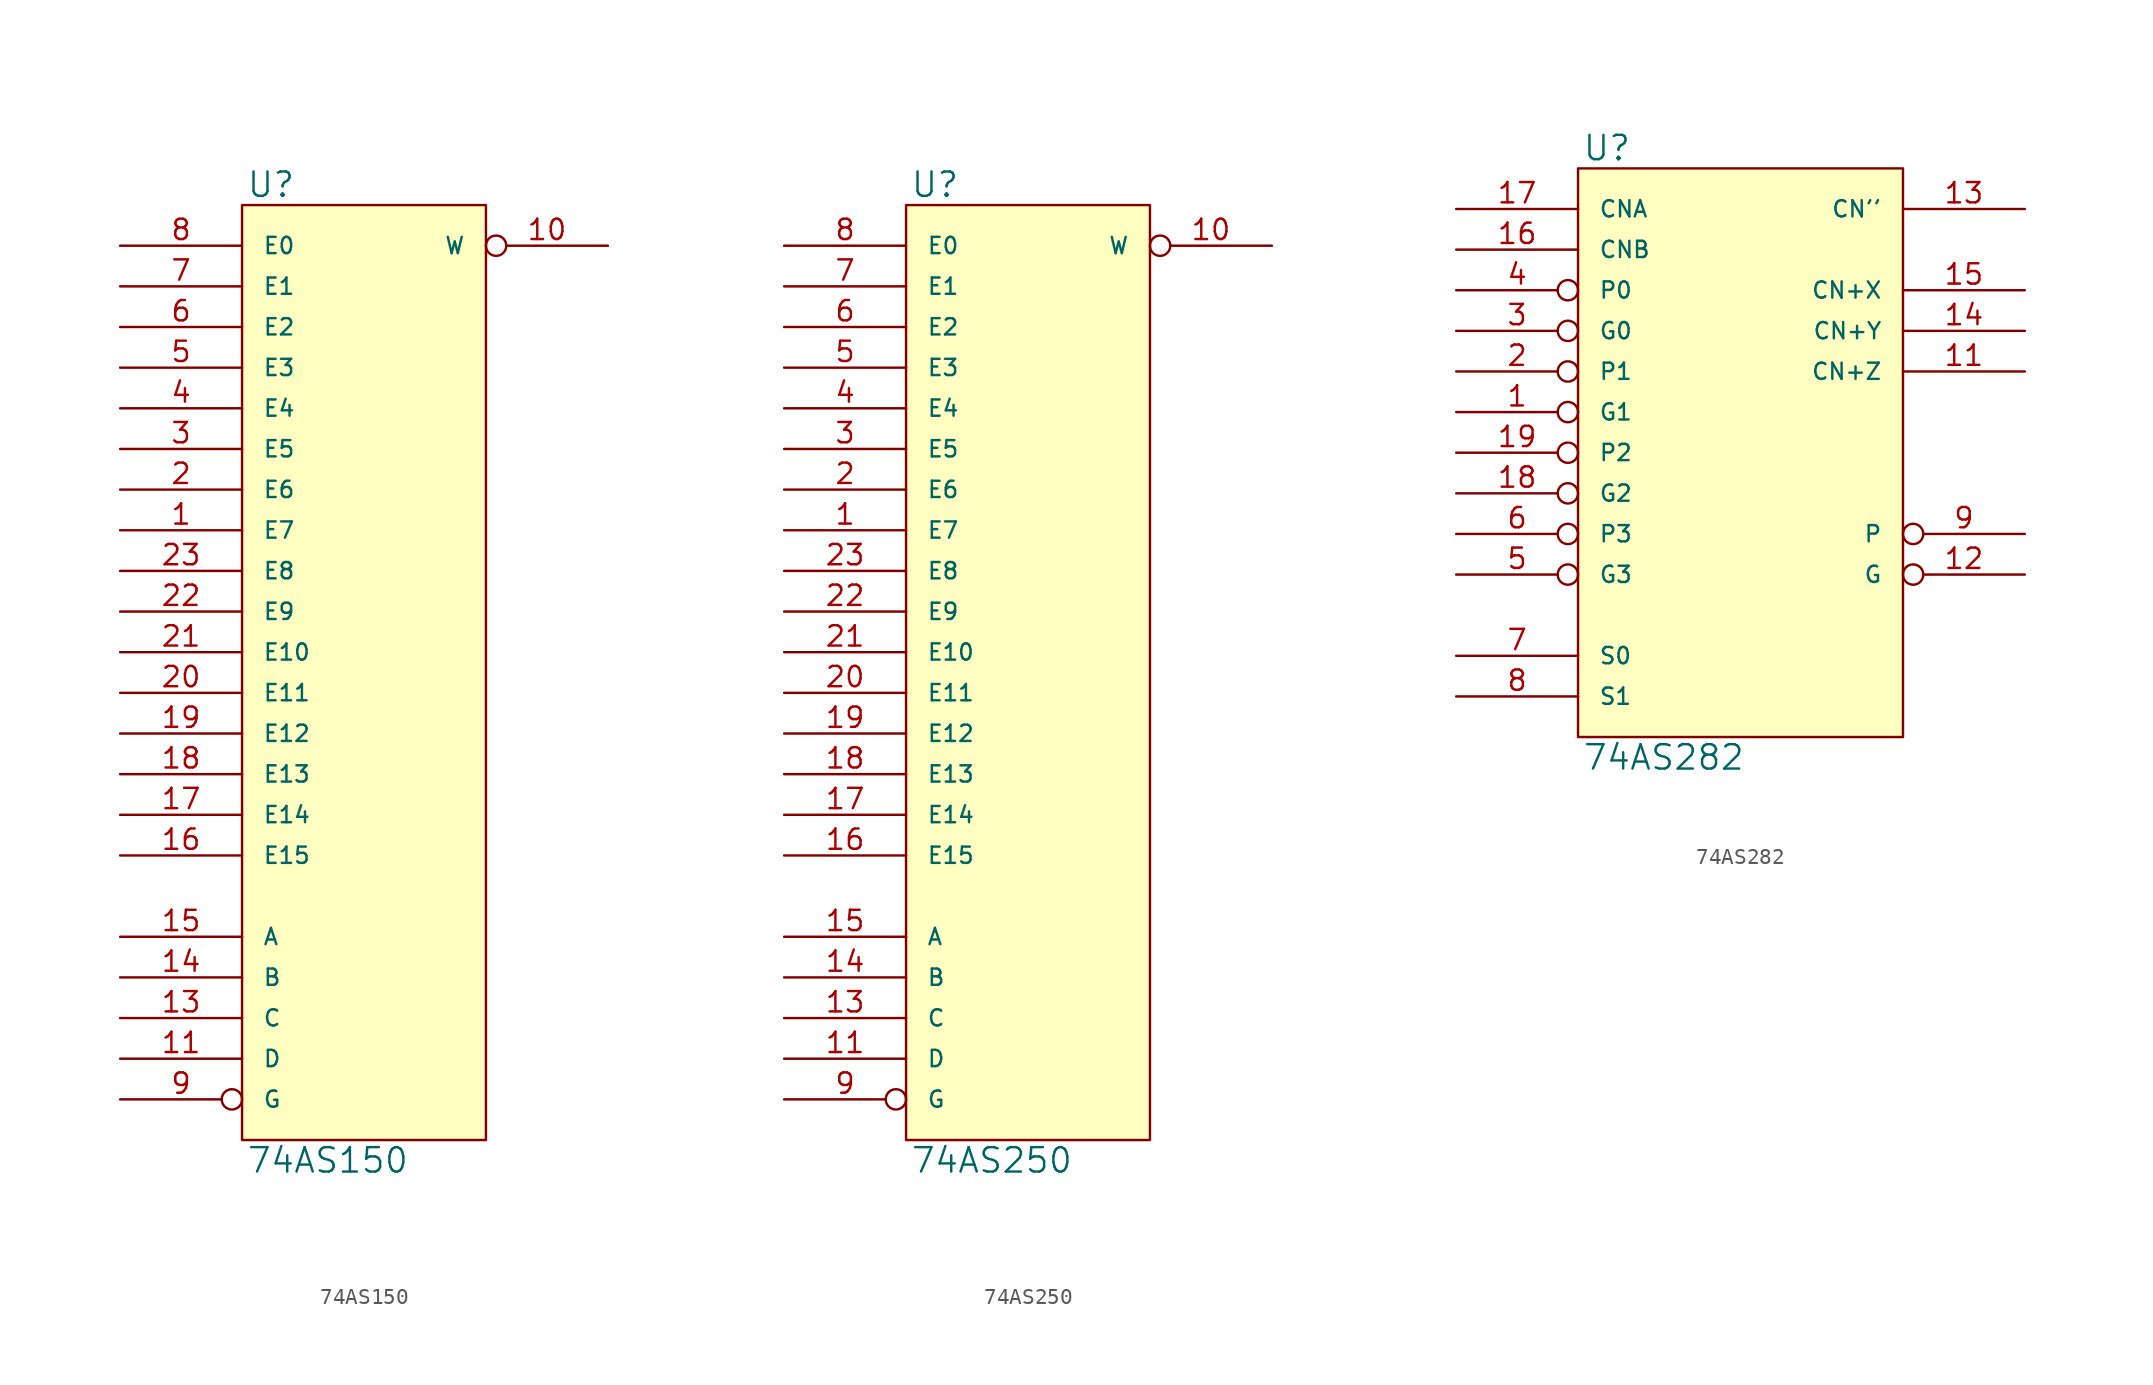
<source format=kicad_sym>
(kicad_symbol_lib
  (version 20231120)
  (generator "kicad_symbol_editor")
  (generator_version "8.0")
  (symbol "74AS150"
    (pin_names
      (offset 1.27))
    (property "Reference" "U"
      (at 0.254 0.381 0)
      (effects (font (size 1.524 1.524)) (justify left bottom)))
    (property "Value" "74AS150"
      (at 0.254 -58.801 0)
      (effects (font (size 1.524 1.524)) (justify left top)))
    (symbol "74AS150_0_1"
      (rectangle (start 0 0) (end 15.24 -58.42) (stroke (width 0) (type solid)) (fill (type background))))
    (symbol "74AS150_1_1"
      (pin input line (at -7.62 -20.32 0) (length 7.62) (name "E7" (effects (font (size 1.016 1.016)))) (number "1" (effects (font (size 1.27 1.27)))))
      (pin output inverted (at 22.86 -2.54 180) (length 7.62) (name "W" (effects (font (size 1.016 1.016)))) (number "10" (effects (font (size 1.27 1.27)))))
      (pin input line (at -7.62 -53.34 0) (length 7.62) (name "D" (effects (font (size 1.016 1.016)))) (number "11" (effects (font (size 1.27 1.27)))))
      (pin power_in line (at 0 -58.42 90) (length 0) hide (name "GND" (effects (font (size 1.016 1.016)))) (number "12" (effects (font (size 1.27 1.27)))))
      (pin input line (at -7.62 -50.8 0) (length 7.62) (name "C" (effects (font (size 1.016 1.016)))) (number "13" (effects (font (size 1.27 1.27)))))
      (pin input line (at -7.62 -48.26 0) (length 7.62) (name "B" (effects (font (size 1.016 1.016)))) (number "14" (effects (font (size 1.27 1.27)))))
      (pin input line (at -7.62 -45.72 0) (length 7.62) (name "A" (effects (font (size 1.016 1.016)))) (number "15" (effects (font (size 1.27 1.27)))))
      (pin input line (at -7.62 -40.64 0) (length 7.62) (name "E15" (effects (font (size 1.016 1.016)))) (number "16" (effects (font (size 1.27 1.27)))))
      (pin input line (at -7.62 -38.1 0) (length 7.62) (name "E14" (effects (font (size 1.016 1.016)))) (number "17" (effects (font (size 1.27 1.27)))))
      (pin input line (at -7.62 -35.56 0) (length 7.62) (name "E13" (effects (font (size 1.016 1.016)))) (number "18" (effects (font (size 1.27 1.27)))))
      (pin input line (at -7.62 -33.02 0) (length 7.62) (name "E12" (effects (font (size 1.016 1.016)))) (number "19" (effects (font (size 1.27 1.27)))))
      (pin input line (at -7.62 -17.78 0) (length 7.62) (name "E6" (effects (font (size 1.016 1.016)))) (number "2" (effects (font (size 1.27 1.27)))))
      (pin input line (at -7.62 -30.48 0) (length 7.62) (name "E11" (effects (font (size 1.016 1.016)))) (number "20" (effects (font (size 1.27 1.27)))))
      (pin input line (at -7.62 -27.94 0) (length 7.62) (name "E10" (effects (font (size 1.016 1.016)))) (number "21" (effects (font (size 1.27 1.27)))))
      (pin input line (at -7.62 -25.4 0) (length 7.62) (name "E9" (effects (font (size 1.016 1.016)))) (number "22" (effects (font (size 1.27 1.27)))))
      (pin input line (at -7.62 -22.86 0) (length 7.62) (name "E8" (effects (font (size 1.016 1.016)))) (number "23" (effects (font (size 1.27 1.27)))))
      (pin power_in line (at 0 0 270) (length 0) hide (name "VCC" (effects (font (size 1.016 1.016)))) (number "24" (effects (font (size 1.27 1.27)))))
      (pin input line (at -7.62 -15.24 0) (length 7.62) (name "E5" (effects (font (size 1.016 1.016)))) (number "3" (effects (font (size 1.27 1.27)))))
      (pin input line (at -7.62 -12.7 0) (length 7.62) (name "E4" (effects (font (size 1.016 1.016)))) (number "4" (effects (font (size 1.27 1.27)))))
      (pin input line (at -7.62 -10.16 0) (length 7.62) (name "E3" (effects (font (size 1.016 1.016)))) (number "5" (effects (font (size 1.27 1.27)))))
      (pin input line (at -7.62 -7.62 0) (length 7.62) (name "E2" (effects (font (size 1.016 1.016)))) (number "6" (effects (font (size 1.27 1.27)))))
      (pin input line (at -7.62 -5.08 0) (length 7.62) (name "E1" (effects (font (size 1.016 1.016)))) (number "7" (effects (font (size 1.27 1.27)))))
      (pin input line (at -7.62 -2.54 0) (length 7.62) (name "E0" (effects (font (size 1.016 1.016)))) (number "8" (effects (font (size 1.27 1.27)))))
      (pin input inverted (at -7.62 -55.88 0) (length 7.62) (name "G" (effects (font (size 1.016 1.016)))) (number "9" (effects (font (size 1.27 1.27)))))))
  (symbol "74AS250"
    (pin_names
      (offset 1.27))
    (property "Reference" "U"
      (at 0.254 0.381 0)
      (effects (font (size 1.524 1.524)) (justify left bottom)))
    (property "Value" "74AS250"
      (at 0.254 -58.801 0)
      (effects (font (size 1.524 1.524)) (justify left top)))
    (symbol "74AS250_0_1"
      (rectangle (start 0 0) (end 15.24 -58.42) (stroke (width 0) (type solid)) (fill (type background))))
    (symbol "74AS250_1_1"
      (pin input line (at -7.62 -20.32 0) (length 7.62) (name "E7" (effects (font (size 1.016 1.016)))) (number "1" (effects (font (size 1.27 1.27)))))
      (pin tri_state inverted (at 22.86 -2.54 180) (length 7.62) (name "W" (effects (font (size 1.016 1.016)))) (number "10" (effects (font (size 1.27 1.27)))))
      (pin input line (at -7.62 -53.34 0) (length 7.62) (name "D" (effects (font (size 1.016 1.016)))) (number "11" (effects (font (size 1.27 1.27)))))
      (pin power_in line (at 0 -58.42 90) (length 0) hide (name "GND" (effects (font (size 1.016 1.016)))) (number "12" (effects (font (size 1.27 1.27)))))
      (pin input line (at -7.62 -50.8 0) (length 7.62) (name "C" (effects (font (size 1.016 1.016)))) (number "13" (effects (font (size 1.27 1.27)))))
      (pin input line (at -7.62 -48.26 0) (length 7.62) (name "B" (effects (font (size 1.016 1.016)))) (number "14" (effects (font (size 1.27 1.27)))))
      (pin input line (at -7.62 -45.72 0) (length 7.62) (name "A" (effects (font (size 1.016 1.016)))) (number "15" (effects (font (size 1.27 1.27)))))
      (pin input line (at -7.62 -40.64 0) (length 7.62) (name "E15" (effects (font (size 1.016 1.016)))) (number "16" (effects (font (size 1.27 1.27)))))
      (pin input line (at -7.62 -38.1 0) (length 7.62) (name "E14" (effects (font (size 1.016 1.016)))) (number "17" (effects (font (size 1.27 1.27)))))
      (pin input line (at -7.62 -35.56 0) (length 7.62) (name "E13" (effects (font (size 1.016 1.016)))) (number "18" (effects (font (size 1.27 1.27)))))
      (pin input line (at -7.62 -33.02 0) (length 7.62) (name "E12" (effects (font (size 1.016 1.016)))) (number "19" (effects (font (size 1.27 1.27)))))
      (pin input line (at -7.62 -17.78 0) (length 7.62) (name "E6" (effects (font (size 1.016 1.016)))) (number "2" (effects (font (size 1.27 1.27)))))
      (pin input line (at -7.62 -30.48 0) (length 7.62) (name "E11" (effects (font (size 1.016 1.016)))) (number "20" (effects (font (size 1.27 1.27)))))
      (pin input line (at -7.62 -27.94 0) (length 7.62) (name "E10" (effects (font (size 1.016 1.016)))) (number "21" (effects (font (size 1.27 1.27)))))
      (pin input line (at -7.62 -25.4 0) (length 7.62) (name "E9" (effects (font (size 1.016 1.016)))) (number "22" (effects (font (size 1.27 1.27)))))
      (pin input line (at -7.62 -22.86 0) (length 7.62) (name "E8" (effects (font (size 1.016 1.016)))) (number "23" (effects (font (size 1.27 1.27)))))
      (pin power_in line (at 0 0 270) (length 0) hide (name "VCC" (effects (font (size 1.016 1.016)))) (number "24" (effects (font (size 1.27 1.27)))))
      (pin input line (at -7.62 -15.24 0) (length 7.62) (name "E5" (effects (font (size 1.016 1.016)))) (number "3" (effects (font (size 1.27 1.27)))))
      (pin input line (at -7.62 -12.7 0) (length 7.62) (name "E4" (effects (font (size 1.016 1.016)))) (number "4" (effects (font (size 1.27 1.27)))))
      (pin input line (at -7.62 -10.16 0) (length 7.62) (name "E3" (effects (font (size 1.016 1.016)))) (number "5" (effects (font (size 1.27 1.27)))))
      (pin input line (at -7.62 -7.62 0) (length 7.62) (name "E2" (effects (font (size 1.016 1.016)))) (number "6" (effects (font (size 1.27 1.27)))))
      (pin input line (at -7.62 -5.08 0) (length 7.62) (name "E1" (effects (font (size 1.016 1.016)))) (number "7" (effects (font (size 1.27 1.27)))))
      (pin input line (at -7.62 -2.54 0) (length 7.62) (name "E0" (effects (font (size 1.016 1.016)))) (number "8" (effects (font (size 1.27 1.27)))))
      (pin input inverted (at -7.62 -55.88 0) (length 7.62) (name "G" (effects (font (size 1.016 1.016)))) (number "9" (effects (font (size 1.27 1.27)))))))
  (symbol "74AS282"
    (pin_names
      (offset 1.27))
    (property "Reference" "U"
      (at 0.254 0.381 0)
      (effects (font (size 1.524 1.524)) (justify left bottom)))
    (property "Value" "74AS282"
      (at 0.254 -35.941 0)
      (effects (font (size 1.524 1.524)) (justify left top)))
    (symbol "74AS282_0_1"
      (rectangle (start 0 0) (end 20.32 -35.56) (stroke (width 0) (type solid)) (fill (type background))))
    (symbol "74AS282_1_1"
      (pin input inverted (at -7.62 -15.24 0) (length 7.62) (name "G1" (effects (font (size 1.016 1.016)))) (number "1" (effects (font (size 1.27 1.27)))))
      (pin power_in line (at 0 -35.56 90) (length 0) hide (name "GND" (effects (font (size 1.016 1.016)))) (number "10" (effects (font (size 1.27 1.27)))))
      (pin output line (at 27.94 -12.7 180) (length 7.62) (name "CN+Z" (effects (font (size 1.016 1.016)))) (number "11" (effects (font (size 1.27 1.27)))))
      (pin output inverted (at 27.94 -25.4 180) (length 7.62) (name "G" (effects (font (size 1.016 1.016)))) (number "12" (effects (font (size 1.27 1.27)))))
      (pin output line (at 27.94 -2.54 180) (length 7.62) (name "CN''" (effects (font (size 1.016 1.016)))) (number "13" (effects (font (size 1.27 1.27)))))
      (pin output line (at 27.94 -10.16 180) (length 7.62) (name "CN+Y" (effects (font (size 1.016 1.016)))) (number "14" (effects (font (size 1.27 1.27)))))
      (pin output line (at 27.94 -7.62 180) (length 7.62) (name "CN+X" (effects (font (size 1.016 1.016)))) (number "15" (effects (font (size 1.27 1.27)))))
      (pin input line (at -7.62 -5.08 0) (length 7.62) (name "CNB" (effects (font (size 1.016 1.016)))) (number "16" (effects (font (size 1.27 1.27)))))
      (pin input line (at -7.62 -2.54 0) (length 7.62) (name "CNA" (effects (font (size 1.016 1.016)))) (number "17" (effects (font (size 1.27 1.27)))))
      (pin input inverted (at -7.62 -20.32 0) (length 7.62) (name "G2" (effects (font (size 1.016 1.016)))) (number "18" (effects (font (size 1.27 1.27)))))
      (pin input inverted (at -7.62 -17.78 0) (length 7.62) (name "P2" (effects (font (size 1.016 1.016)))) (number "19" (effects (font (size 1.27 1.27)))))
      (pin input inverted (at -7.62 -12.7 0) (length 7.62) (name "P1" (effects (font (size 1.016 1.016)))) (number "2" (effects (font (size 1.27 1.27)))))
      (pin power_in line (at 0 0 270) (length 0) hide (name "VCC" (effects (font (size 1.016 1.016)))) (number "20" (effects (font (size 1.27 1.27)))))
      (pin input inverted (at -7.62 -10.16 0) (length 7.62) (name "G0" (effects (font (size 1.016 1.016)))) (number "3" (effects (font (size 1.27 1.27)))))
      (pin input inverted (at -7.62 -7.62 0) (length 7.62) (name "P0" (effects (font (size 1.016 1.016)))) (number "4" (effects (font (size 1.27 1.27)))))
      (pin input inverted (at -7.62 -25.4 0) (length 7.62) (name "G3" (effects (font (size 1.016 1.016)))) (number "5" (effects (font (size 1.27 1.27)))))
      (pin input inverted (at -7.62 -22.86 0) (length 7.62) (name "P3" (effects (font (size 1.016 1.016)))) (number "6" (effects (font (size 1.27 1.27)))))
      (pin input line (at -7.62 -30.48 0) (length 7.62) (name "S0" (effects (font (size 1.016 1.016)))) (number "7" (effects (font (size 1.27 1.27)))))
      (pin input line (at -7.62 -33.02 0) (length 7.62) (name "S1" (effects (font (size 1.016 1.016)))) (number "8" (effects (font (size 1.27 1.27)))))
      (pin output inverted (at 27.94 -22.86 180) (length 7.62) (name "P" (effects (font (size 1.016 1.016)))) (number "9" (effects (font (size 1.27 1.27))))))))
</source>
